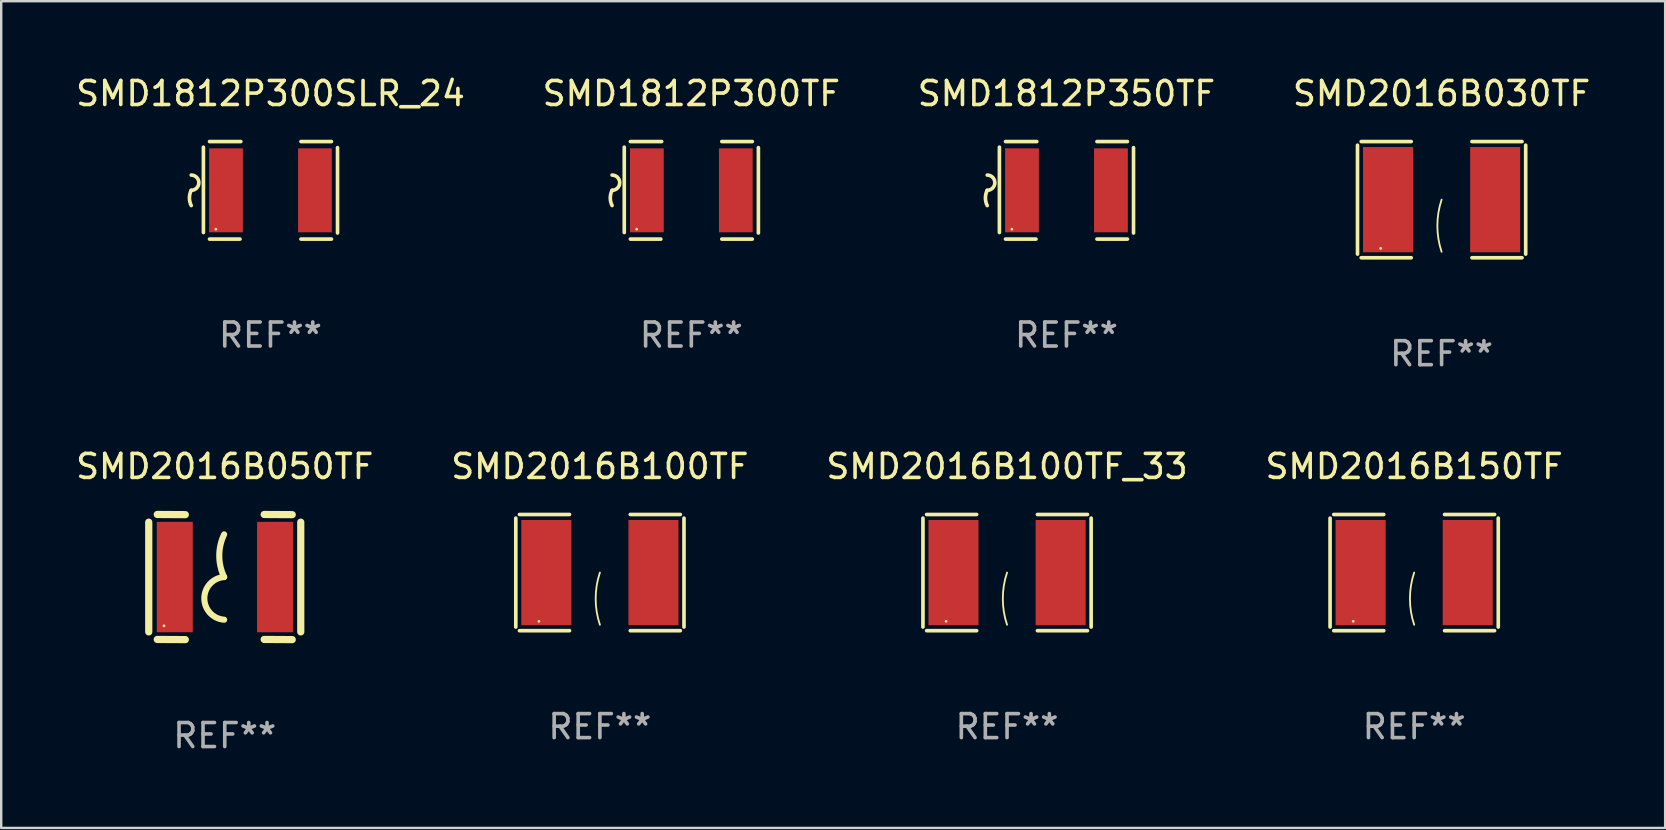
<source format=kicad_pcb>
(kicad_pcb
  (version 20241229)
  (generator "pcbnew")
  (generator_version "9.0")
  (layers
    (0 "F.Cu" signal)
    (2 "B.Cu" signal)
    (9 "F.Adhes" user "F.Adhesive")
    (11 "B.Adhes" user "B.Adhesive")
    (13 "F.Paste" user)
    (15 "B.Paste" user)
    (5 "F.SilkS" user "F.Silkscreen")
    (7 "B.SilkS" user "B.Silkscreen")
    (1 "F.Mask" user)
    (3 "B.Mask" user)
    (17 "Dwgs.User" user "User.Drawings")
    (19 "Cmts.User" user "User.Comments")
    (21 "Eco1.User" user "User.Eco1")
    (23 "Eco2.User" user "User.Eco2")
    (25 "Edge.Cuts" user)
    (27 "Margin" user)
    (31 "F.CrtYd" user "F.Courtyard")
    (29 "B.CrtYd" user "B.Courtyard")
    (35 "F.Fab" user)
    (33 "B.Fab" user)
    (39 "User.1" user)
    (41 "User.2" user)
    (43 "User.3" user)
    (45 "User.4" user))
  (footprint "SMD2016B050TF"
    (layer "F.Cu")
    (at 6.315 20.994)
    (property "Reference" "SMD2016B050TF" (at 0 -4.607 0) (layer "F.SilkS") (effects (font (size 1 1) (thickness 0.15))))
    (attr through_hole)
    (fp_line (start -3.167 -2.286) (end -3.167 2.286) (stroke (width 0.3) (type solid)) (layer "F.SilkS"))
    (fp_line (start -2.812 2.6) (end -1.643 2.607) (stroke (width 0.3) (type solid)) (layer "F.SilkS"))
    (fp_line (start -1.643 -2.6) (end -2.812 -2.607) (stroke (width 0.3) (type solid)) (layer "F.SilkS"))
    (fp_line (start 1.643 2.6) (end 2.812 2.607) (stroke (width 0.3) (type solid)) (layer "F.SilkS"))
    (fp_line (start 2.812 -2.6) (end 1.643 -2.607) (stroke (width 0.3) (type solid)) (layer "F.SilkS"))
    (fp_line (start 3.167 2.286) (end 3.167 -2.286) (stroke (width 0.3) (type solid)) (layer "F.SilkS"))
    (fp_arc (start -0.025387 -0.000001) (mid -0.228533 -0.889002) (end -0.025387 -1.778004) (stroke (width 0.254001) (type solid)) (layer "F.SilkS"))
    (fp_arc (start -0.025387 1.778004) (mid -0.851175 0.889002) (end -0.025388 0) (stroke (width 0.254001) (type solid)) (layer "F.SilkS"))
    (fp_circle (center -2.532 2.033) (end -2.502 2.033) (stroke (width 0.06) (type solid)) (fill no) (layer "F.SilkS"))
    (fp_text user "REF**" (at 0 6.607 0) (layer "F.Fab") (effects (font (size 1 1) (thickness 0.15))))
    (pad "1" smd rect (at -2.082 0) (size 1.5 4.6) (layers "F.Cu" "F.Mask" "F.Paste"))
    (pad "2" smd rect (at 2.098 0) (size 1.5 4.6) (layers "F.Cu" "F.Mask" "F.Paste")))
  (footprint "SMD2016B100TF_33"
    (layer "F.Cu")
    (at 38.911 20.808)
    (property "Reference" "SMD2016B100TF_33" (at 0 -4.421 0) (layer "F.SilkS") (effects (font (size 1 1) (thickness 0.15))))
    (attr through_hole)
    (fp_line (start -3.504 -2.269) (end -3.504 2.269) (stroke (width 0.152) (type solid)) (layer "F.SilkS"))
    (fp_line (start -3.351 2.421) (end -1.266 2.421) (stroke (width 0.152) (type solid)) (layer "F.SilkS"))
    (fp_line (start -1.266 -2.421) (end -3.351 -2.421) (stroke (width 0.152) (type solid)) (layer "F.SilkS"))
    (fp_line (start 1.266 -2.421) (end 3.351 -2.421) (stroke (width 0.152) (type solid)) (layer "F.SilkS"))
    (fp_line (start 3.351 2.421) (end 1.266 2.421) (stroke (width 0.152) (type solid)) (layer "F.SilkS"))
    (fp_line (start 3.504 -2.269) (end 3.504 2.269) (stroke (width 0.152) (type solid)) (layer "F.SilkS"))
    (fp_arc (start 0 2.17335) (mid -0.176343 1.086675) (end 0 0) (stroke (width 0.0762) (type solid)) (layer "F.SilkS"))
    (fp_circle (center -2.54 2.03) (end -2.51 2.03) (stroke (width 0.06) (type solid)) (fill no) (layer "F.SilkS"))
    (fp_text user "REF**" (at 0 6.421 0) (layer "F.Fab") (effects (font (size 1 1) (thickness 0.15))))
    (pad "1" smd rect (at -2.232 0) (size 2.085 4.385) (layers "F.Cu" "F.Mask" "F.Paste"))
    (pad "2" smd rect (at 2.232 0) (size 2.085 4.385) (layers "F.Cu" "F.Mask" "F.Paste")))
  (footprint "SMD2016B150TF"
    (layer "F.Cu")
    (at 55.875 20.808)
    (property "Reference" "SMD2016B150TF" (at 0 -4.421 0) (layer "F.SilkS") (effects (font (size 1 1) (thickness 0.15))))
    (attr through_hole)
    (fp_line (start -3.504 -2.269) (end -3.504 2.269) (stroke (width 0.152) (type solid)) (layer "F.SilkS"))
    (fp_line (start -3.351 2.421) (end -1.266 2.421) (stroke (width 0.152) (type solid)) (layer "F.SilkS"))
    (fp_line (start -1.266 -2.421) (end -3.351 -2.421) (stroke (width 0.152) (type solid)) (layer "F.SilkS"))
    (fp_line (start 1.266 -2.421) (end 3.351 -2.421) (stroke (width 0.152) (type solid)) (layer "F.SilkS"))
    (fp_line (start 3.351 2.421) (end 1.266 2.421) (stroke (width 0.152) (type solid)) (layer "F.SilkS"))
    (fp_line (start 3.504 -2.269) (end 3.504 2.269) (stroke (width 0.152) (type solid)) (layer "F.SilkS"))
    (fp_arc (start 0 2.17335) (mid -0.176343 1.086675) (end 0 0) (stroke (width 0.0762) (type solid)) (layer "F.SilkS"))
    (fp_circle (center -2.54 2.03) (end -2.51 2.03) (stroke (width 0.06) (type solid)) (fill no) (layer "F.SilkS"))
    (fp_text user "REF**" (at 0 6.421 0) (layer "F.Fab") (effects (font (size 1 1) (thickness 0.15))))
    (pad "1" smd rect (at -2.232 0) (size 2.085 4.385) (layers "F.Cu" "F.Mask" "F.Paste"))
    (pad "2" smd rect (at 2.232 0) (size 2.085 4.385) (layers "F.Cu" "F.Mask" "F.Paste")))
  (footprint "SMD1812P300TF"
    (layer "F.Cu")
    (at 25.756 4.88)
    (property "Reference" "SMD1812P300TF" (at 0 -4.032 0) (layer "F.SilkS") (effects (font (size 1 1) (thickness 0.15))))
    (attr through_hole)
    (fp_line (start -2.794 -1.798) (end -2.794 1.758) (stroke (width 0.152) (type solid)) (layer "F.SilkS"))
    (fp_line (start -2.54 -2.032) (end -1.235 -2.032) (stroke (width 0.152) (type solid)) (layer "F.SilkS"))
    (fp_line (start -1.27 2.032) (end -2.54 2.032) (stroke (width 0.152) (type solid)) (layer "F.SilkS"))
    (fp_line (start 1.27 2.032) (end 2.54 2.032) (stroke (width 0.152) (type solid)) (layer "F.SilkS"))
    (fp_line (start 2.54 -2.032) (end 1.27 -2.032) (stroke (width 0.152) (type solid)) (layer "F.SilkS"))
    (fp_line (start 2.794 -1.778) (end 2.794 1.778) (stroke (width 0.152) (type solid)) (layer "F.SilkS"))
    (fp_arc (start -3.302007 -0.635002) (mid -2.984506 -0.317501) (end -3.302007 0) (stroke (width 0.151994) (type solid)) (layer "F.SilkS"))
    (fp_arc (start -3.302007 0.635002) (mid -3.376959 0.317501) (end -3.302007 0) (stroke (width 0.151994) (type solid)) (layer "F.SilkS"))
    (fp_circle (center -2.275 1.62) (end -2.245 1.62) (stroke (width 0.06) (type solid)) (fill no) (layer "F.SilkS"))
    (fp_text user "REF**" (at 0 6.032 0) (layer "F.Fab") (effects (font (size 1 1) (thickness 0.15))))
    (pad "1" smd rect (at -1.853 0) (size 1.407 3.499) (layers "F.Cu" "F.Mask" "F.Paste"))
    (pad "2" smd rect (at 1.853 0) (size 1.407 3.499) (layers "F.Cu" "F.Mask" "F.Paste")))
  (footprint "SMD2016B100TF"
    (layer "F.Cu")
    (at 21.946 20.808)
    (property "Reference" "SMD2016B100TF" (at 0 -4.421 0) (layer "F.SilkS") (effects (font (size 1 1) (thickness 0.15))))
    (attr through_hole)
    (fp_line (start -3.504 -2.269) (end -3.504 2.269) (stroke (width 0.152) (type solid)) (layer "F.SilkS"))
    (fp_line (start -3.351 2.421) (end -1.266 2.421) (stroke (width 0.152) (type solid)) (layer "F.SilkS"))
    (fp_line (start -1.266 -2.421) (end -3.351 -2.421) (stroke (width 0.152) (type solid)) (layer "F.SilkS"))
    (fp_line (start 1.266 -2.421) (end 3.351 -2.421) (stroke (width 0.152) (type solid)) (layer "F.SilkS"))
    (fp_line (start 3.351 2.421) (end 1.266 2.421) (stroke (width 0.152) (type solid)) (layer "F.SilkS"))
    (fp_line (start 3.504 -2.269) (end 3.504 2.269) (stroke (width 0.152) (type solid)) (layer "F.SilkS"))
    (fp_arc (start 0 2.17335) (mid -0.176343 1.086675) (end 0 0) (stroke (width 0.0762) (type solid)) (layer "F.SilkS"))
    (fp_circle (center -2.54 2.03) (end -2.51 2.03) (stroke (width 0.06) (type solid)) (fill no) (layer "F.SilkS"))
    (fp_text user "REF**" (at 0 6.421 0) (layer "F.Fab") (effects (font (size 1 1) (thickness 0.15))))
    (pad "1" smd rect (at -2.232 0) (size 2.085 4.385) (layers "F.Cu" "F.Mask" "F.Paste"))
    (pad "2" smd rect (at 2.232 0) (size 2.085 4.385) (layers "F.Cu" "F.Mask" "F.Paste")))
  (footprint "SMD2016B030TF"
    (layer "F.Cu")
    (at 57.018 5.269)
    (property "Reference" "SMD2016B030TF" (at 0 -4.421 0) (layer "F.SilkS") (effects (font (size 1 1) (thickness 0.15))))
    (attr through_hole)
    (fp_line (start -3.504 -2.269) (end -3.504 2.269) (stroke (width 0.152) (type solid)) (layer "F.SilkS"))
    (fp_line (start -3.351 2.421) (end -1.266 2.421) (stroke (width 0.152) (type solid)) (layer "F.SilkS"))
    (fp_line (start -1.266 -2.421) (end -3.351 -2.421) (stroke (width 0.152) (type solid)) (layer "F.SilkS"))
    (fp_line (start 1.266 -2.421) (end 3.351 -2.421) (stroke (width 0.152) (type solid)) (layer "F.SilkS"))
    (fp_line (start 3.351 2.421) (end 1.266 2.421) (stroke (width 0.152) (type solid)) (layer "F.SilkS"))
    (fp_line (start 3.504 -2.269) (end 3.504 2.269) (stroke (width 0.152) (type solid)) (layer "F.SilkS"))
    (fp_arc (start 0 2.17335) (mid -0.176343 1.086675) (end 0 0) (stroke (width 0.0762) (type solid)) (layer "F.SilkS"))
    (fp_circle (center -2.54 2.03) (end -2.51 2.03) (stroke (width 0.06) (type solid)) (fill no) (layer "F.SilkS"))
    (fp_text user "REF**" (at 0 6.421 0) (layer "F.Fab") (effects (font (size 1 1) (thickness 0.15))))
    (pad "1" smd rect (at -2.232 0) (size 2.085 4.385) (layers "F.Cu" "F.Mask" "F.Paste"))
    (pad "2" smd rect (at 2.232 0) (size 2.085 4.385) (layers "F.Cu" "F.Mask" "F.Paste")))
  (footprint "SMD1812P350TF"
    (layer "F.Cu")
    (at 41.387 4.88)
    (property "Reference" "SMD1812P350TF" (at 0 -4.032 0) (layer "F.SilkS") (effects (font (size 1 1) (thickness 0.15))))
    (attr through_hole)
    (fp_line (start -2.794 -1.798) (end -2.794 1.758) (stroke (width 0.152) (type solid)) (layer "F.SilkS"))
    (fp_line (start -2.54 -2.032) (end -1.235 -2.032) (stroke (width 0.152) (type solid)) (layer "F.SilkS"))
    (fp_line (start -1.27 2.032) (end -2.54 2.032) (stroke (width 0.152) (type solid)) (layer "F.SilkS"))
    (fp_line (start 1.27 2.032) (end 2.54 2.032) (stroke (width 0.152) (type solid)) (layer "F.SilkS"))
    (fp_line (start 2.54 -2.032) (end 1.27 -2.032) (stroke (width 0.152) (type solid)) (layer "F.SilkS"))
    (fp_line (start 2.794 -1.778) (end 2.794 1.778) (stroke (width 0.152) (type solid)) (layer "F.SilkS"))
    (fp_arc (start -3.302007 -0.635002) (mid -2.984506 -0.317501) (end -3.302007 0) (stroke (width 0.151994) (type solid)) (layer "F.SilkS"))
    (fp_arc (start -3.302007 0.635002) (mid -3.376959 0.317501) (end -3.302007 0) (stroke (width 0.151994) (type solid)) (layer "F.SilkS"))
    (fp_circle (center -2.275 1.62) (end -2.245 1.62) (stroke (width 0.06) (type solid)) (fill no) (layer "F.SilkS"))
    (fp_text user "REF**" (at 0 6.032 0) (layer "F.Fab") (effects (font (size 1 1) (thickness 0.15))))
    (pad "1" smd rect (at -1.853 0) (size 1.407 3.499) (layers "F.Cu" "F.Mask" "F.Paste"))
    (pad "2" smd rect (at 1.853 0) (size 1.407 3.499) (layers "F.Cu" "F.Mask" "F.Paste")))
  (footprint "SMD1812P300SLR_24"
    (layer "F.Cu")
    (at 8.22 4.88)
    (property "Reference" "SMD1812P300SLR_24" (at 0 -4.032 0) (layer "F.SilkS") (effects (font (size 1 1) (thickness 0.15))))
    (attr through_hole)
    (fp_line (start -2.794 -1.798) (end -2.794 1.758) (stroke (width 0.152) (type solid)) (layer "F.SilkS"))
    (fp_line (start -2.54 -2.032) (end -1.235 -2.032) (stroke (width 0.152) (type solid)) (layer "F.SilkS"))
    (fp_line (start -1.27 2.032) (end -2.54 2.032) (stroke (width 0.152) (type solid)) (layer "F.SilkS"))
    (fp_line (start 1.27 2.032) (end 2.54 2.032) (stroke (width 0.152) (type solid)) (layer "F.SilkS"))
    (fp_line (start 2.54 -2.032) (end 1.27 -2.032) (stroke (width 0.152) (type solid)) (layer "F.SilkS"))
    (fp_line (start 2.794 -1.778) (end 2.794 1.778) (stroke (width 0.152) (type solid)) (layer "F.SilkS"))
    (fp_arc (start -3.302007 -0.635002) (mid -2.984506 -0.317501) (end -3.302007 0) (stroke (width 0.151994) (type solid)) (layer "F.SilkS"))
    (fp_arc (start -3.302007 0.635002) (mid -3.376959 0.317501) (end -3.302007 0) (stroke (width 0.151994) (type solid)) (layer "F.SilkS"))
    (fp_circle (center -2.275 1.62) (end -2.245 1.62) (stroke (width 0.06) (type solid)) (fill no) (layer "F.SilkS"))
    (fp_text user "REF**" (at 0 6.032 0) (layer "F.Fab") (effects (font (size 1 1) (thickness 0.15))))
    (pad "1" smd rect (at -1.853 0) (size 1.407 3.499) (layers "F.Cu" "F.Mask" "F.Paste"))
    (pad "2" smd rect (at 1.853 0) (size 1.407 3.499) (layers "F.Cu" "F.Mask" "F.Paste")))
  (gr_rect
    (start -3 -3)
    (end 66.333 31.449)
    (stroke (width 0.1) (type default))
    (fill no)
    (layer "Edge.Cuts")))
</source>
